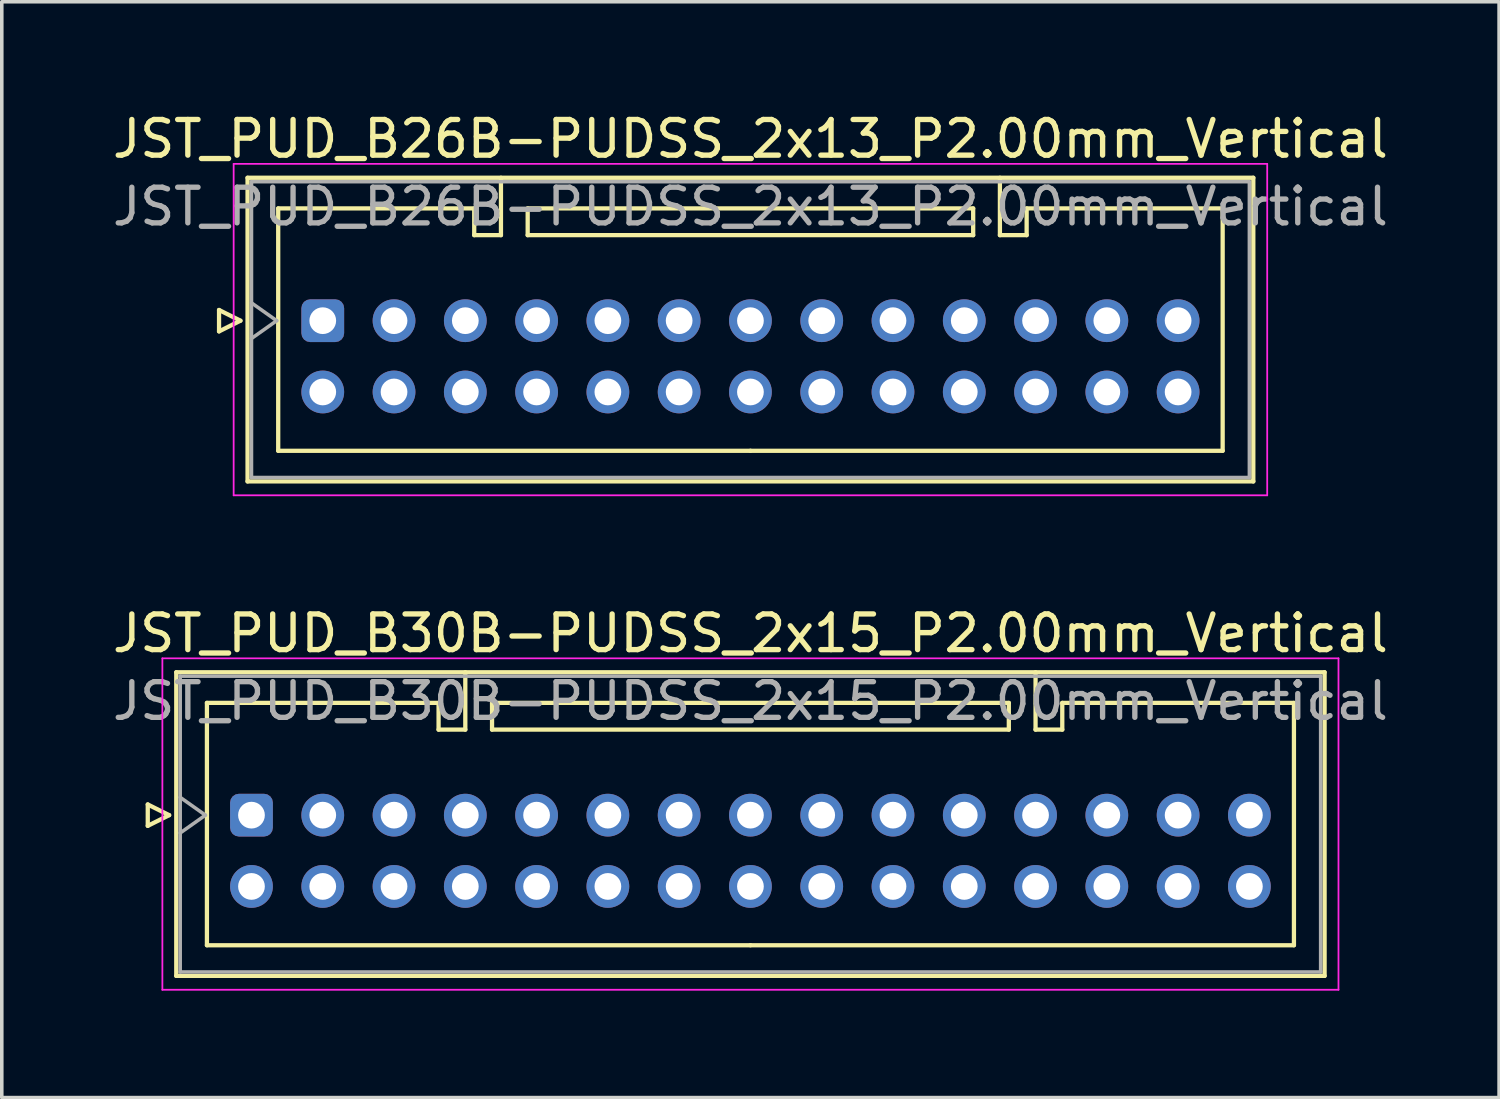
<source format=kicad_pcb>
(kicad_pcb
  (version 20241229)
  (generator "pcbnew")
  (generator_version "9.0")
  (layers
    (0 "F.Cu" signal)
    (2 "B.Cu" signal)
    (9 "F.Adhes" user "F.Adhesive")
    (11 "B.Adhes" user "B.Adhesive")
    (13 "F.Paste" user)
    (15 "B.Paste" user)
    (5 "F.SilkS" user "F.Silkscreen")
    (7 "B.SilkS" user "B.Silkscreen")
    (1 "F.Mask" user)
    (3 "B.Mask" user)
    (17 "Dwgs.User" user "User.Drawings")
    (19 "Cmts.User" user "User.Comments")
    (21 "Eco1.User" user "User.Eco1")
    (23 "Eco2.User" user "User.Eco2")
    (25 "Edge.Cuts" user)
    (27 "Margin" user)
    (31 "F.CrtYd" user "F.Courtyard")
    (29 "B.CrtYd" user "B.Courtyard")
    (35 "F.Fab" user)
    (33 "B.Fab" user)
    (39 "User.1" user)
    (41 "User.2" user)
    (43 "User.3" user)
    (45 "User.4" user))
  (footprint "JST_PUD_B26B-PUDSS_2x13_P2.00mm_Vertical"
    (layer "F.Cu")
    (at 6.006 5.948)
    (property "Reference" "JST_PUD_B26B-PUDSS_2x13_P2.00mm_Vertical" (at 12 -5.1 0) (layer "F.SilkS") (effects (font (size 1 1) (thickness 0.15))))
    (attr through_hole)
    (fp_line (start -2.91 -0.3) (end -2.31 0) (stroke (width 0.12) (type solid)) (layer "F.SilkS"))
    (fp_line (start -2.91 0.3) (end -2.91 -0.3) (stroke (width 0.12) (type solid)) (layer "F.SilkS"))
    (fp_line (start -2.31 0) (end -2.91 0.3) (stroke (width 0.12) (type solid)) (layer "F.SilkS"))
    (fp_line (start -2.11 -4.01) (end -2.11 4.51) (stroke (width 0.12) (type solid)) (layer "F.SilkS"))
    (fp_line (start -2.11 4.51) (end 26.11 4.51) (stroke (width 0.12) (type solid)) (layer "F.SilkS"))
    (fp_line (start -1.25 -3.15) (end -1.25 3.65) (stroke (width 0.12) (type solid)) (layer "F.SilkS"))
    (fp_line (start -1.25 3.65) (end 12 3.65) (stroke (width 0.12) (type solid)) (layer "F.SilkS"))
    (fp_line (start 4.25 -3.15) (end -1.25 -3.15) (stroke (width 0.12) (type solid)) (layer "F.SilkS"))
    (fp_line (start 4.25 -2.4) (end 4.25 -3.15) (stroke (width 0.12) (type solid)) (layer "F.SilkS"))
    (fp_line (start 5 -4.01) (end 5 -2.4) (stroke (width 0.12) (type solid)) (layer "F.SilkS"))
    (fp_line (start 5 -2.4) (end 4.25 -2.4) (stroke (width 0.12) (type solid)) (layer "F.SilkS"))
    (fp_line (start 5.75 -3.15) (end 5.75 -2.4) (stroke (width 0.12) (type solid)) (layer "F.SilkS"))
    (fp_line (start 5.75 -2.4) (end 18.25 -2.4) (stroke (width 0.12) (type solid)) (layer "F.SilkS"))
    (fp_line (start 18.25 -3.15) (end 5.75 -3.15) (stroke (width 0.12) (type solid)) (layer "F.SilkS"))
    (fp_line (start 18.25 -2.4) (end 18.25 -3.15) (stroke (width 0.12) (type solid)) (layer "F.SilkS"))
    (fp_line (start 19 -4.01) (end 19 -2.4) (stroke (width 0.12) (type solid)) (layer "F.SilkS"))
    (fp_line (start 19 -2.4) (end 19.75 -2.4) (stroke (width 0.12) (type solid)) (layer "F.SilkS"))
    (fp_line (start 19.75 -3.15) (end 25.25 -3.15) (stroke (width 0.12) (type solid)) (layer "F.SilkS"))
    (fp_line (start 19.75 -2.4) (end 19.75 -3.15) (stroke (width 0.12) (type solid)) (layer "F.SilkS"))
    (fp_line (start 25.25 -3.15) (end 25.25 3.65) (stroke (width 0.12) (type solid)) (layer "F.SilkS"))
    (fp_line (start 25.25 3.65) (end 12 3.65) (stroke (width 0.12) (type solid)) (layer "F.SilkS"))
    (fp_line (start 26.11 -4.01) (end -2.11 -4.01) (stroke (width 0.12) (type solid)) (layer "F.SilkS"))
    (fp_line (start 26.11 4.51) (end 26.11 -4.01) (stroke (width 0.12) (type solid)) (layer "F.SilkS"))
    (fp_line (start -2.5 -4.4) (end -2.5 4.9) (stroke (width 0.05) (type solid)) (layer "F.CrtYd"))
    (fp_line (start -2.5 4.9) (end 26.5 4.9) (stroke (width 0.05) (type solid)) (layer "F.CrtYd"))
    (fp_line (start 26.5 -4.4) (end -2.5 -4.4) (stroke (width 0.05) (type solid)) (layer "F.CrtYd"))
    (fp_line (start 26.5 4.9) (end 26.5 -4.4) (stroke (width 0.05) (type solid)) (layer "F.CrtYd"))
    (fp_line (start -2 -3.9) (end -2 4.4) (stroke (width 0.1) (type solid)) (layer "F.Fab"))
    (fp_line (start -2 0.5) (end -1.293 0) (stroke (width 0.1) (type solid)) (layer "F.Fab"))
    (fp_line (start -2 4.4) (end 26 4.4) (stroke (width 0.1) (type solid)) (layer "F.Fab"))
    (fp_line (start -1.293 0) (end -2 -0.5) (stroke (width 0.1) (type solid)) (layer "F.Fab"))
    (fp_line (start 26 -3.9) (end -2 -3.9) (stroke (width 0.1) (type solid)) (layer "F.Fab"))
    (fp_line (start 26 4.4) (end 26 -3.9) (stroke (width 0.1) (type solid)) (layer "F.Fab"))
    (fp_text user "${REFERENCE}" (at 12 -3.2 0) (layer "F.Fab") (effects (font (size 1 1) (thickness 0.15))))
    (pad "1" thru_hole roundrect (at 0 0) (size 1.2 1.2) (drill 0.75) (layers "*.Cu" "*.Mask") (roundrect_rratio 0.208))
    (pad "2" thru_hole circle (at 0 2) (size 1.2 1.2) (drill 0.75) (layers "*.Cu" "*.Mask"))
    (pad "3" thru_hole circle (at 2 0) (size 1.2 1.2) (drill 0.75) (layers "*.Cu" "*.Mask"))
    (pad "4" thru_hole circle (at 2 2) (size 1.2 1.2) (drill 0.75) (layers "*.Cu" "*.Mask"))
    (pad "5" thru_hole circle (at 4 0) (size 1.2 1.2) (drill 0.75) (layers "*.Cu" "*.Mask"))
    (pad "6" thru_hole circle (at 4 2) (size 1.2 1.2) (drill 0.75) (layers "*.Cu" "*.Mask"))
    (pad "7" thru_hole circle (at 6 0) (size 1.2 1.2) (drill 0.75) (layers "*.Cu" "*.Mask"))
    (pad "8" thru_hole circle (at 6 2) (size 1.2 1.2) (drill 0.75) (layers "*.Cu" "*.Mask"))
    (pad "9" thru_hole circle (at 8 0) (size 1.2 1.2) (drill 0.75) (layers "*.Cu" "*.Mask"))
    (pad "10" thru_hole circle (at 8 2) (size 1.2 1.2) (drill 0.75) (layers "*.Cu" "*.Mask"))
    (pad "11" thru_hole circle (at 10 0) (size 1.2 1.2) (drill 0.75) (layers "*.Cu" "*.Mask"))
    (pad "12" thru_hole circle (at 10 2) (size 1.2 1.2) (drill 0.75) (layers "*.Cu" "*.Mask"))
    (pad "13" thru_hole circle (at 12 0) (size 1.2 1.2) (drill 0.75) (layers "*.Cu" "*.Mask"))
    (pad "14" thru_hole circle (at 12 2) (size 1.2 1.2) (drill 0.75) (layers "*.Cu" "*.Mask"))
    (pad "15" thru_hole circle (at 14 0) (size 1.2 1.2) (drill 0.75) (layers "*.Cu" "*.Mask"))
    (pad "16" thru_hole circle (at 14 2) (size 1.2 1.2) (drill 0.75) (layers "*.Cu" "*.Mask"))
    (pad "17" thru_hole circle (at 16 0) (size 1.2 1.2) (drill 0.75) (layers "*.Cu" "*.Mask"))
    (pad "18" thru_hole circle (at 16 2) (size 1.2 1.2) (drill 0.75) (layers "*.Cu" "*.Mask"))
    (pad "19" thru_hole circle (at 18 0) (size 1.2 1.2) (drill 0.75) (layers "*.Cu" "*.Mask"))
    (pad "20" thru_hole circle (at 18 2) (size 1.2 1.2) (drill 0.75) (layers "*.Cu" "*.Mask"))
    (pad "21" thru_hole circle (at 20 0) (size 1.2 1.2) (drill 0.75) (layers "*.Cu" "*.Mask"))
    (pad "22" thru_hole circle (at 20 2) (size 1.2 1.2) (drill 0.75) (layers "*.Cu" "*.Mask"))
    (pad "23" thru_hole circle (at 22 0) (size 1.2 1.2) (drill 0.75) (layers "*.Cu" "*.Mask"))
    (pad "24" thru_hole circle (at 22 2) (size 1.2 1.2) (drill 0.75) (layers "*.Cu" "*.Mask"))
    (pad "25" thru_hole circle (at 24 0) (size 1.2 1.2) (drill 0.75) (layers "*.Cu" "*.Mask"))
    (pad "26" thru_hole circle (at 24 2) (size 1.2 1.2) (drill 0.75) (layers "*.Cu" "*.Mask")))
  (footprint "JST_PUD_B30B-PUDSS_2x15_P2.00mm_Vertical"
    (layer "F.Cu")
    (at 4.006 19.822)
    (property "Reference" "JST_PUD_B30B-PUDSS_2x15_P2.00mm_Vertical" (at 14 -5.1 0) (layer "F.SilkS") (effects (font (size 1 1) (thickness 0.15))))
    (attr through_hole)
    (fp_line (start -2.91 -0.3) (end -2.31 0) (stroke (width 0.12) (type solid)) (layer "F.SilkS"))
    (fp_line (start -2.91 0.3) (end -2.91 -0.3) (stroke (width 0.12) (type solid)) (layer "F.SilkS"))
    (fp_line (start -2.31 0) (end -2.91 0.3) (stroke (width 0.12) (type solid)) (layer "F.SilkS"))
    (fp_line (start -2.11 -4.01) (end -2.11 4.51) (stroke (width 0.12) (type solid)) (layer "F.SilkS"))
    (fp_line (start -2.11 4.51) (end 30.11 4.51) (stroke (width 0.12) (type solid)) (layer "F.SilkS"))
    (fp_line (start -1.25 -3.15) (end -1.25 3.65) (stroke (width 0.12) (type solid)) (layer "F.SilkS"))
    (fp_line (start -1.25 3.65) (end 14 3.65) (stroke (width 0.12) (type solid)) (layer "F.SilkS"))
    (fp_line (start 5.25 -3.15) (end -1.25 -3.15) (stroke (width 0.12) (type solid)) (layer "F.SilkS"))
    (fp_line (start 5.25 -2.4) (end 5.25 -3.15) (stroke (width 0.12) (type solid)) (layer "F.SilkS"))
    (fp_line (start 6 -4.01) (end 6 -2.4) (stroke (width 0.12) (type solid)) (layer "F.SilkS"))
    (fp_line (start 6 -2.4) (end 5.25 -2.4) (stroke (width 0.12) (type solid)) (layer "F.SilkS"))
    (fp_line (start 6.75 -3.15) (end 6.75 -2.4) (stroke (width 0.12) (type solid)) (layer "F.SilkS"))
    (fp_line (start 6.75 -2.4) (end 21.25 -2.4) (stroke (width 0.12) (type solid)) (layer "F.SilkS"))
    (fp_line (start 21.25 -3.15) (end 6.75 -3.15) (stroke (width 0.12) (type solid)) (layer "F.SilkS"))
    (fp_line (start 21.25 -2.4) (end 21.25 -3.15) (stroke (width 0.12) (type solid)) (layer "F.SilkS"))
    (fp_line (start 22 -4.01) (end 22 -2.4) (stroke (width 0.12) (type solid)) (layer "F.SilkS"))
    (fp_line (start 22 -2.4) (end 22.75 -2.4) (stroke (width 0.12) (type solid)) (layer "F.SilkS"))
    (fp_line (start 22.75 -3.15) (end 29.25 -3.15) (stroke (width 0.12) (type solid)) (layer "F.SilkS"))
    (fp_line (start 22.75 -2.4) (end 22.75 -3.15) (stroke (width 0.12) (type solid)) (layer "F.SilkS"))
    (fp_line (start 29.25 -3.15) (end 29.25 3.65) (stroke (width 0.12) (type solid)) (layer "F.SilkS"))
    (fp_line (start 29.25 3.65) (end 14 3.65) (stroke (width 0.12) (type solid)) (layer "F.SilkS"))
    (fp_line (start 30.11 -4.01) (end -2.11 -4.01) (stroke (width 0.12) (type solid)) (layer "F.SilkS"))
    (fp_line (start 30.11 4.51) (end 30.11 -4.01) (stroke (width 0.12) (type solid)) (layer "F.SilkS"))
    (fp_line (start -2.5 -4.4) (end -2.5 4.9) (stroke (width 0.05) (type solid)) (layer "F.CrtYd"))
    (fp_line (start -2.5 4.9) (end 30.5 4.9) (stroke (width 0.05) (type solid)) (layer "F.CrtYd"))
    (fp_line (start 30.5 -4.4) (end -2.5 -4.4) (stroke (width 0.05) (type solid)) (layer "F.CrtYd"))
    (fp_line (start 30.5 4.9) (end 30.5 -4.4) (stroke (width 0.05) (type solid)) (layer "F.CrtYd"))
    (fp_line (start -2 -3.9) (end -2 4.4) (stroke (width 0.1) (type solid)) (layer "F.Fab"))
    (fp_line (start -2 0.5) (end -1.293 0) (stroke (width 0.1) (type solid)) (layer "F.Fab"))
    (fp_line (start -2 4.4) (end 30 4.4) (stroke (width 0.1) (type solid)) (layer "F.Fab"))
    (fp_line (start -1.293 0) (end -2 -0.5) (stroke (width 0.1) (type solid)) (layer "F.Fab"))
    (fp_line (start 30 -3.9) (end -2 -3.9) (stroke (width 0.1) (type solid)) (layer "F.Fab"))
    (fp_line (start 30 4.4) (end 30 -3.9) (stroke (width 0.1) (type solid)) (layer "F.Fab"))
    (fp_text user "${REFERENCE}" (at 14 -3.2 0) (layer "F.Fab") (effects (font (size 1 1) (thickness 0.15))))
    (pad "1" thru_hole roundrect (at 0 0) (size 1.2 1.2) (drill 0.75) (layers "*.Cu" "*.Mask") (roundrect_rratio 0.208))
    (pad "2" thru_hole circle (at 0 2) (size 1.2 1.2) (drill 0.75) (layers "*.Cu" "*.Mask"))
    (pad "3" thru_hole circle (at 2 0) (size 1.2 1.2) (drill 0.75) (layers "*.Cu" "*.Mask"))
    (pad "4" thru_hole circle (at 2 2) (size 1.2 1.2) (drill 0.75) (layers "*.Cu" "*.Mask"))
    (pad "5" thru_hole circle (at 4 0) (size 1.2 1.2) (drill 0.75) (layers "*.Cu" "*.Mask"))
    (pad "6" thru_hole circle (at 4 2) (size 1.2 1.2) (drill 0.75) (layers "*.Cu" "*.Mask"))
    (pad "7" thru_hole circle (at 6 0) (size 1.2 1.2) (drill 0.75) (layers "*.Cu" "*.Mask"))
    (pad "8" thru_hole circle (at 6 2) (size 1.2 1.2) (drill 0.75) (layers "*.Cu" "*.Mask"))
    (pad "9" thru_hole circle (at 8 0) (size 1.2 1.2) (drill 0.75) (layers "*.Cu" "*.Mask"))
    (pad "10" thru_hole circle (at 8 2) (size 1.2 1.2) (drill 0.75) (layers "*.Cu" "*.Mask"))
    (pad "11" thru_hole circle (at 10 0) (size 1.2 1.2) (drill 0.75) (layers "*.Cu" "*.Mask"))
    (pad "12" thru_hole circle (at 10 2) (size 1.2 1.2) (drill 0.75) (layers "*.Cu" "*.Mask"))
    (pad "13" thru_hole circle (at 12 0) (size 1.2 1.2) (drill 0.75) (layers "*.Cu" "*.Mask"))
    (pad "14" thru_hole circle (at 12 2) (size 1.2 1.2) (drill 0.75) (layers "*.Cu" "*.Mask"))
    (pad "15" thru_hole circle (at 14 0) (size 1.2 1.2) (drill 0.75) (layers "*.Cu" "*.Mask"))
    (pad "16" thru_hole circle (at 14 2) (size 1.2 1.2) (drill 0.75) (layers "*.Cu" "*.Mask"))
    (pad "17" thru_hole circle (at 16 0) (size 1.2 1.2) (drill 0.75) (layers "*.Cu" "*.Mask"))
    (pad "18" thru_hole circle (at 16 2) (size 1.2 1.2) (drill 0.75) (layers "*.Cu" "*.Mask"))
    (pad "19" thru_hole circle (at 18 0) (size 1.2 1.2) (drill 0.75) (layers "*.Cu" "*.Mask"))
    (pad "20" thru_hole circle (at 18 2) (size 1.2 1.2) (drill 0.75) (layers "*.Cu" "*.Mask"))
    (pad "21" thru_hole circle (at 20 0) (size 1.2 1.2) (drill 0.75) (layers "*.Cu" "*.Mask"))
    (pad "22" thru_hole circle (at 20 2) (size 1.2 1.2) (drill 0.75) (layers "*.Cu" "*.Mask"))
    (pad "23" thru_hole circle (at 22 0) (size 1.2 1.2) (drill 0.75) (layers "*.Cu" "*.Mask"))
    (pad "24" thru_hole circle (at 22 2) (size 1.2 1.2) (drill 0.75) (layers "*.Cu" "*.Mask"))
    (pad "25" thru_hole circle (at 24 0) (size 1.2 1.2) (drill 0.75) (layers "*.Cu" "*.Mask"))
    (pad "26" thru_hole circle (at 24 2) (size 1.2 1.2) (drill 0.75) (layers "*.Cu" "*.Mask"))
    (pad "27" thru_hole circle (at 26 0) (size 1.2 1.2) (drill 0.75) (layers "*.Cu" "*.Mask"))
    (pad "28" thru_hole circle (at 26 2) (size 1.2 1.2) (drill 0.75) (layers "*.Cu" "*.Mask"))
    (pad "29" thru_hole circle (at 28 0) (size 1.2 1.2) (drill 0.75) (layers "*.Cu" "*.Mask"))
    (pad "30" thru_hole circle (at 28 2) (size 1.2 1.2) (drill 0.75) (layers "*.Cu" "*.Mask")))
  (gr_rect
    (start -3 -3)
    (end 39.012 27.747)
    (stroke (width 0.1) (type default))
    (fill no)
    (layer "Edge.Cuts")))
</source>
